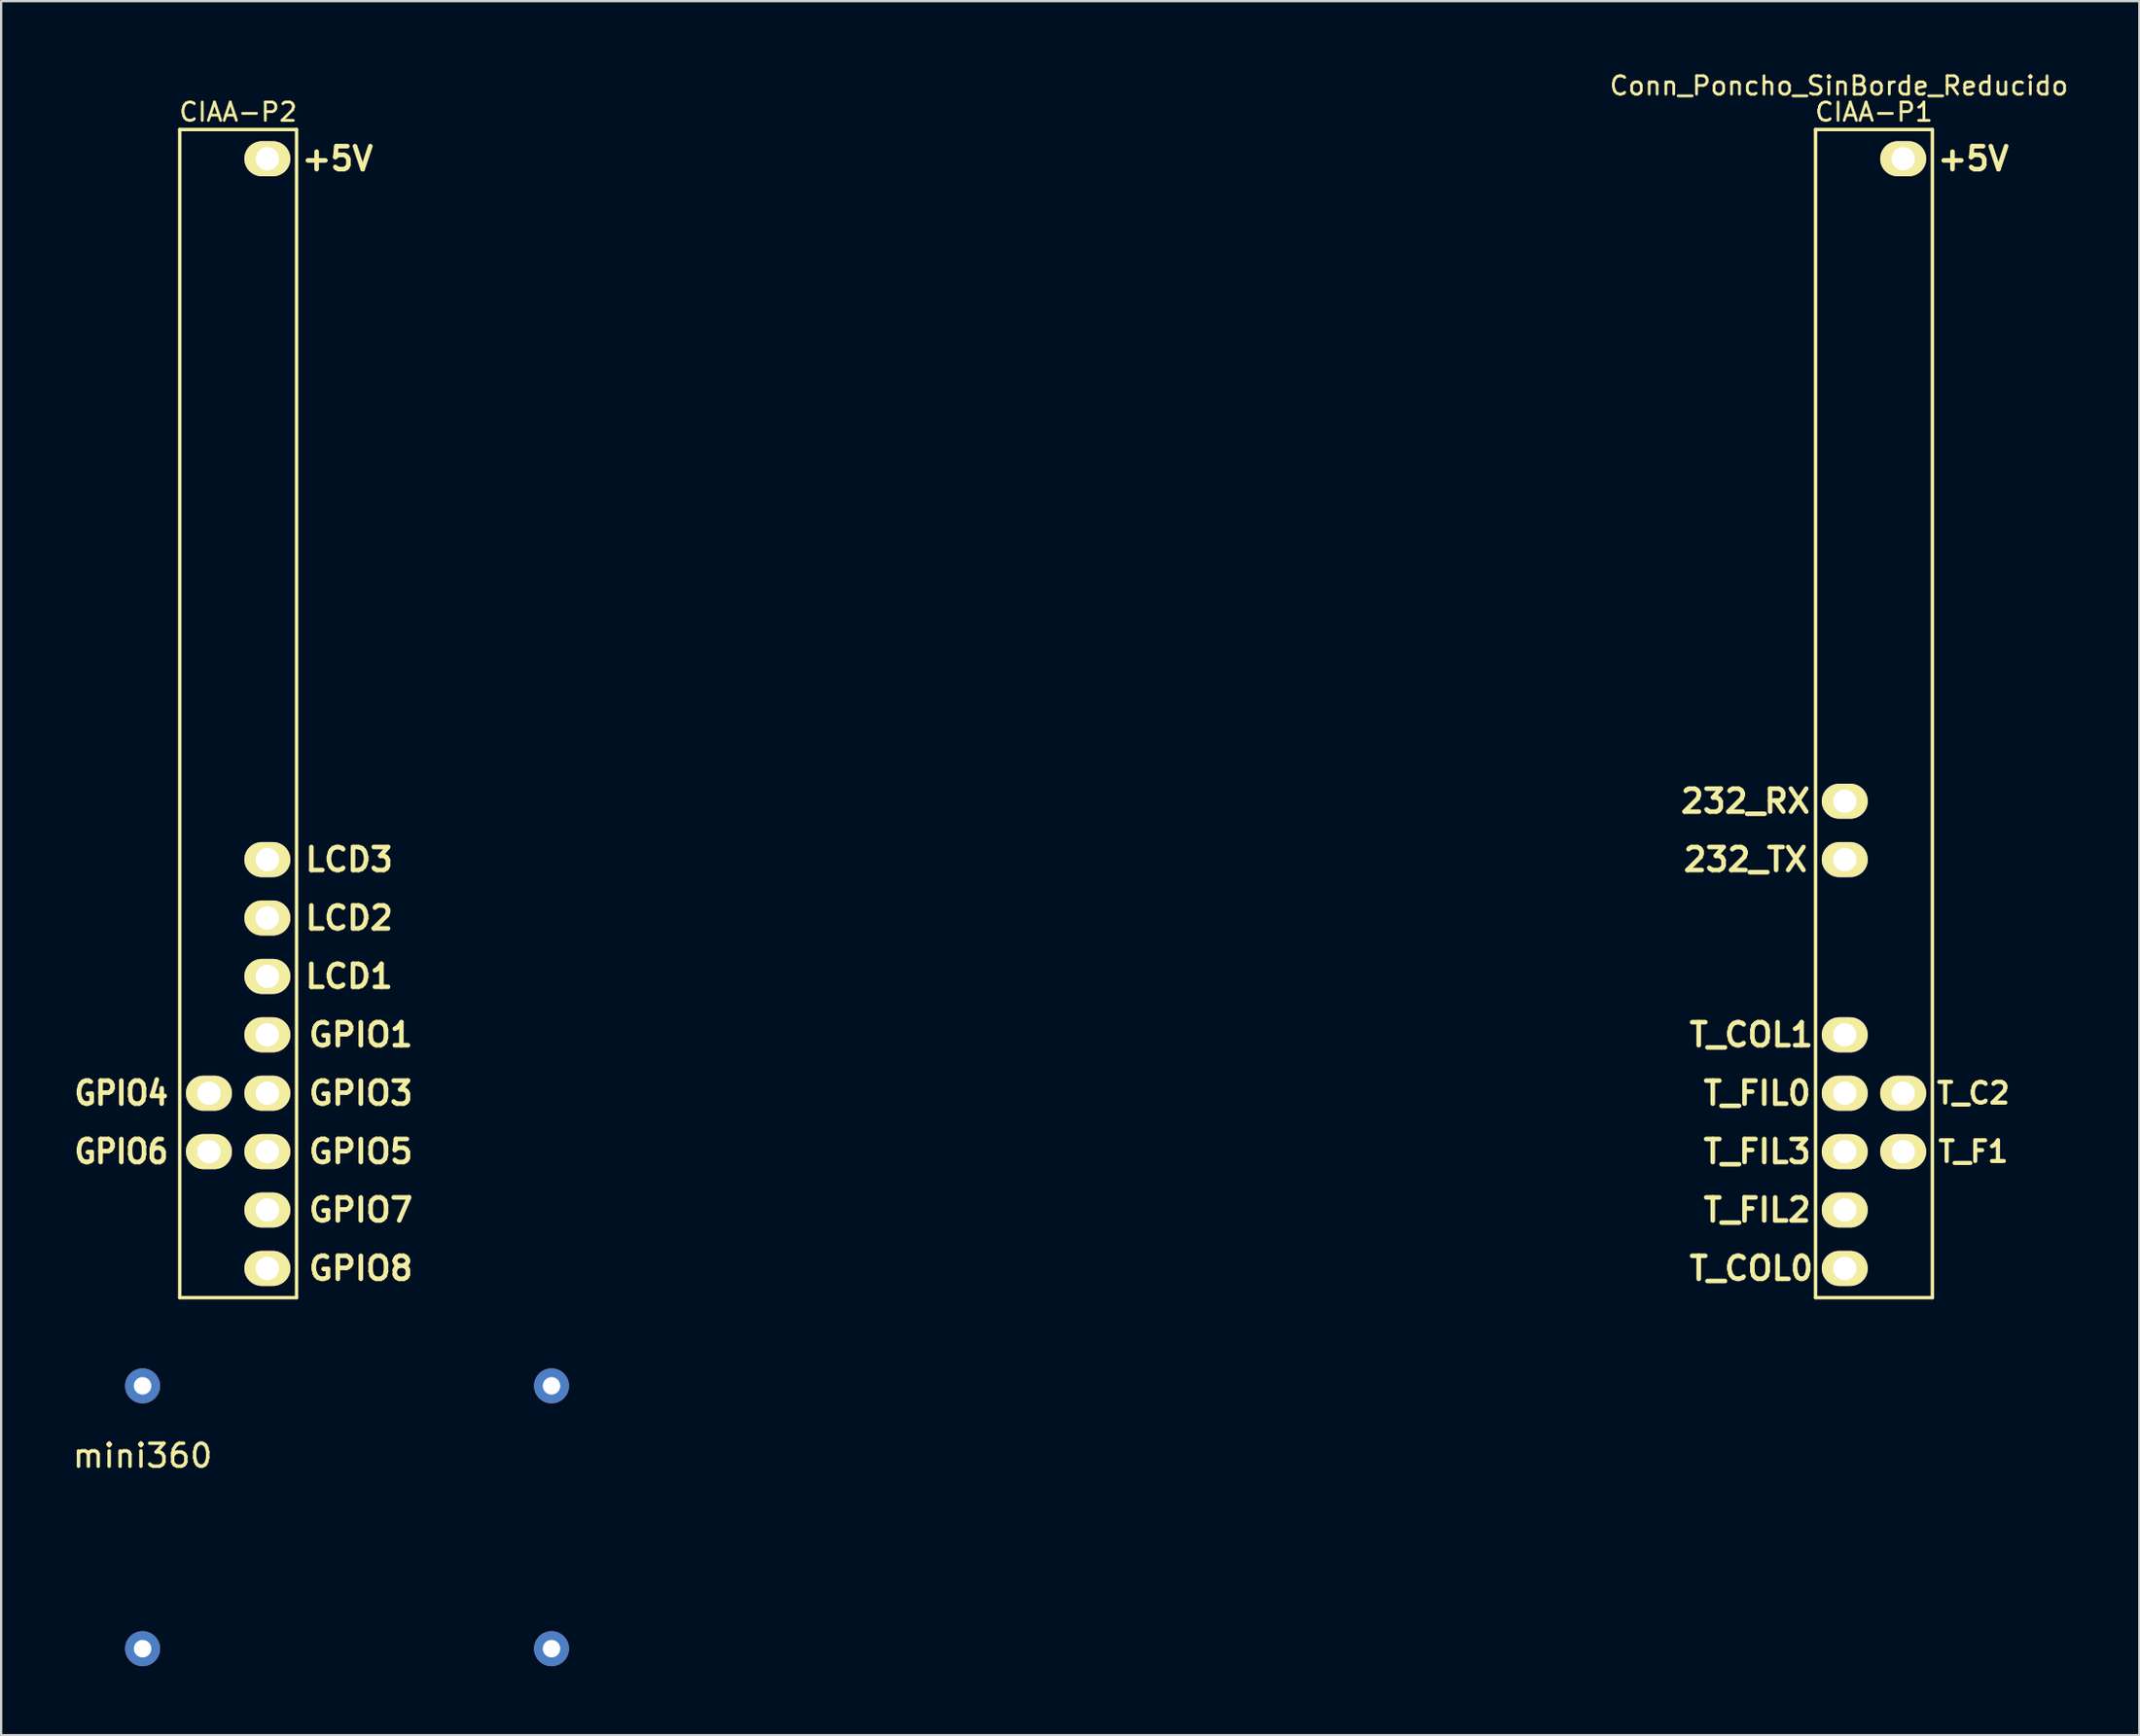
<source format=kicad_pcb>
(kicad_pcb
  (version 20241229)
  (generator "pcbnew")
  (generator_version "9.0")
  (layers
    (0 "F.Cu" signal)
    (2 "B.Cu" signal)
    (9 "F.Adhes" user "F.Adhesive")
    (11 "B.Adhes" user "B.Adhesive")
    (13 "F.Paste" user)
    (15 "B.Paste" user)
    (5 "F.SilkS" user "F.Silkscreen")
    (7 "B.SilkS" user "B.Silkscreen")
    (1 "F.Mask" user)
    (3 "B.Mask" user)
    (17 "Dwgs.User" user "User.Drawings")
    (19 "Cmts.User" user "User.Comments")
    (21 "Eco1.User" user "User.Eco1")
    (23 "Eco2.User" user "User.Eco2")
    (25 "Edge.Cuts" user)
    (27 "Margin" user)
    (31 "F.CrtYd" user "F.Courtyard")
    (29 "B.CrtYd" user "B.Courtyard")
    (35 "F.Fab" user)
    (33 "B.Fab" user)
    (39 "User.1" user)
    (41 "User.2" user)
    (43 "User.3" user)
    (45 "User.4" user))
  (footprint "mini360"
    (layer "F.Cu")
    (at 3.149 59.761)
    (property "Reference" "mini360" (at 0 0.5 0) (layer "F.SilkS") (effects (font (size 1 1) (thickness 0.15))))
    (attr through_hole)
    (pad "1" thru_hole circle (at 0 -2.54) (size 1.524 1.524) (drill 0.762) (layers "*.Cu" "*.Mask"))
    (pad "2" thru_hole circle (at 0 8.89) (size 1.524 1.524) (drill 0.762) (layers "*.Cu" "*.Mask"))
    (pad "3" thru_hole circle (at 17.78 -2.54) (size 1.524 1.524) (drill 0.762) (layers "*.Cu" "*.Mask"))
    (pad "4" thru_hole circle (at 17.78 8.89) (size 1.524 1.524) (drill 0.762) (layers "*.Cu" "*.Mask")))
  (footprint "Conn_Poncho_SinBorde_Reducido"
    (layer "F.Cu")
    (at 77.154 3.854)
    (property "Reference" "Conn_Poncho_SinBorde_Reducido" (at -0.254 -3.175 0) (layer "F.SilkS") (effects (font (size 0.8 0.8) (thickness 0.12))))
    (attr through_hole)
    (fp_line (start -72.39 -1.27) (end -67.31 -1.27) (stroke (width 0.15) (type solid)) (layer "F.SilkS"))
    (fp_line (start -72.39 49.53) (end -72.39 -1.27) (stroke (width 0.15) (type solid)) (layer "F.SilkS"))
    (fp_line (start -67.31 -1.27) (end -67.31 49.53) (stroke (width 0.15) (type solid)) (layer "F.SilkS"))
    (fp_line (start -67.31 49.53) (end -72.39 49.53) (stroke (width 0.15) (type solid)) (layer "F.SilkS"))
    (fp_line (start -1.27 49.53) (end -1.27 -1.27) (stroke (width 0.15) (type solid)) (layer "F.SilkS"))
    (fp_line (start 3.81 -1.27) (end -1.27 -1.27) (stroke (width 0.15) (type solid)) (layer "F.SilkS"))
    (fp_line (start 3.81 49.53) (end -1.27 49.53) (stroke (width 0.15) (type solid)) (layer "F.SilkS"))
    (fp_line (start 3.81 49.53) (end 3.81 -1.27) (stroke (width 0.15) (type solid)) (layer "F.SilkS"))
    (fp_text user "CIAA-P1" (at 1.27 -2.032 0) (layer "F.SilkS") (effects (font (size 0.8 0.8) (thickness 0.12))))
    (fp_text user "T_FIL0" (at -3.81 40.64 0) (layer "F.SilkS") (effects (font (size 1 1) (thickness 0.2))))
    (fp_text user "T_FIL2" (at -3.81 45.72 0) (layer "F.SilkS") (effects (font (size 1 1) (thickness 0.2))))
    (fp_text user "+5V" (at -65.532 0 0) (layer "F.SilkS") (effects (font (size 1 1) (thickness 0.2))))
    (fp_text user "GPIO7" (at -64.516 45.72 0) (layer "F.SilkS") (effects (font (size 1 1) (thickness 0.2))))
    (fp_text user "GPIO4" (at -74.93 40.64 0) (layer "F.SilkS") (effects (font (size 1 0.9) (thickness 0.2))))
    (fp_text user "LCD3" (at -65.024 30.48 0) (layer "F.SilkS") (effects (font (size 1 1) (thickness 0.2))))
    (fp_text user "T_F1" (at 5.588 43.18 0) (layer "F.SilkS") (effects (font (size 0.9 0.9) (thickness 0.18))))
    (fp_text user "GPIO5" (at -64.516 43.18 0) (layer "F.SilkS") (effects (font (size 1 1) (thickness 0.2))))
    (fp_text user "LCD2" (at -65.024 33.02 0) (layer "F.SilkS") (effects (font (size 1 1) (thickness 0.2))))
    (fp_text user "T_FIL3" (at -3.81 43.18 0) (layer "F.SilkS") (effects (font (size 1 1) (thickness 0.2))))
    (fp_text user "GPIO1" (at -64.516 38.1 0) (layer "F.SilkS") (effects (font (size 1 1) (thickness 0.2))))
    (fp_text user "GPIO6" (at -74.93 43.18 0) (layer "F.SilkS") (effects (font (size 1 0.9) (thickness 0.2))))
    (fp_text user "LCD1" (at -65.024 35.56 0) (layer "F.SilkS") (effects (font (size 1 1) (thickness 0.2))))
    (fp_text user "T_COL1" (at -4.064 38.1 0) (layer "F.SilkS") (effects (font (size 1 1) (thickness 0.2))))
    (fp_text user "CIAA-P2" (at -69.85 -2.032 0) (layer "F.SilkS") (effects (font (size 0.8 0.8) (thickness 0.12))))
    (fp_text user "+5V" (at 5.588 0 0) (layer "F.SilkS") (effects (font (size 1 1) (thickness 0.2))))
    (fp_text user "GPIO3" (at -64.516 40.64 0) (layer "F.SilkS") (effects (font (size 1 1) (thickness 0.2))))
    (fp_text user "232_TX" (at -4.318 30.48 0) (layer "F.SilkS") (effects (font (size 1 1) (thickness 0.2))))
    (fp_text user "232_RX" (at -4.318 27.94 0) (layer "F.SilkS") (effects (font (size 1 1) (thickness 0.2))))
    (fp_text user "GPIO8" (at -64.516 48.26 0) (layer "F.SilkS") (effects (font (size 1 1) (thickness 0.2))))
    (fp_text user "T_C2" (at 5.588 40.64 0) (layer "F.SilkS") (effects (font (size 0.9 0.9) (thickness 0.18))))
    (fp_text user "T_COL0" (at -4.064 48.26 0) (layer "F.SilkS") (effects (font (size 1 1) (thickness 0.2))))
    (pad "2" thru_hole oval (at 2.54 0 270) (size 1.524 2) (drill 1.016) (layers "*.Cu" "*.Mask" "F.SilkS"))
    (pad "23" thru_hole oval (at 0 27.94 270) (size 1.524 2) (drill 1.016) (layers "*.Cu" "*.Mask" "F.SilkS"))
    (pad "25" thru_hole oval (at 0 30.48 270) (size 1.524 2) (drill 1.016) (layers "*.Cu" "*.Mask" "F.SilkS"))
    (pad "31" thru_hole oval (at 0 38.1 270) (size 1.524 2) (drill 1.016) (layers "*.Cu" "*.Mask" "F.SilkS"))
    (pad "33" thru_hole oval (at 0 40.64 270) (size 1.524 2) (drill 1.016) (layers "*.Cu" "*.Mask" "F.SilkS"))
    (pad "34" thru_hole oval (at 2.54 40.64 270) (size 1.524 2) (drill 1.016) (layers "*.Cu" "*.Mask" "F.SilkS"))
    (pad "35" thru_hole oval (at 0 43.18 270) (size 1.524 2) (drill 1.016) (layers "*.Cu" "*.Mask" "F.SilkS"))
    (pad "36" thru_hole oval (at 2.54 43.18 270) (size 1.524 2) (drill 1.016) (layers "*.Cu" "*.Mask" "F.SilkS"))
    (pad "37" thru_hole oval (at 0 45.72 270) (size 1.524 2) (drill 1.016) (layers "*.Cu" "*.Mask" "F.SilkS"))
    (pad "39" thru_hole oval (at 0 48.26 270) (size 1.524 2) (drill 1.016) (layers "*.Cu" "*.Mask" "F.SilkS"))
    (pad "42" thru_hole oval (at -68.58 0 270) (size 1.524 2) (drill 1.016) (layers "*.Cu" "*.Mask" "F.SilkS"))
    (pad "66" thru_hole oval (at -68.58 30.48 270) (size 1.524 2) (drill 1.016) (layers "*.Cu" "*.Mask" "F.SilkS"))
    (pad "68" thru_hole oval (at -68.58 33.02 270) (size 1.524 2) (drill 1.016) (layers "*.Cu" "*.Mask" "F.SilkS"))
    (pad "70" thru_hole oval (at -68.58 35.56 270) (size 1.524 2) (drill 1.016) (layers "*.Cu" "*.Mask" "F.SilkS"))
    (pad "72" thru_hole oval (at -68.58 38.1 270) (size 1.524 2) (drill 1.016) (layers "*.Cu" "*.Mask" "F.SilkS"))
    (pad "73" thru_hole oval (at -71.12 40.64 270) (size 1.524 2) (drill 1.016) (layers "*.Cu" "*.Mask" "F.SilkS"))
    (pad "74" thru_hole oval (at -68.58 40.64 270) (size 1.524 2) (drill 1.016) (layers "*.Cu" "*.Mask" "F.SilkS"))
    (pad "75" thru_hole oval (at -71.12 43.18 270) (size 1.524 2) (drill 1.016) (layers "*.Cu" "*.Mask" "F.SilkS"))
    (pad "76" thru_hole oval (at -68.58 43.18 270) (size 1.524 2) (drill 1.016) (layers "*.Cu" "*.Mask" "F.SilkS"))
    (pad "78" thru_hole oval (at -68.58 45.72 270) (size 1.524 2) (drill 1.016) (layers "*.Cu" "*.Mask" "F.SilkS"))
    (pad "80" thru_hole oval (at -68.58 48.26 270) (size 1.524 2) (drill 1.016) (layers "*.Cu" "*.Mask" "F.SilkS")))
  (gr_rect
    (start -3 -3)
    (end 89.962 72.413)
    (stroke (width 0.1) (type default))
    (fill no)
    (layer "Edge.Cuts")))
</source>
